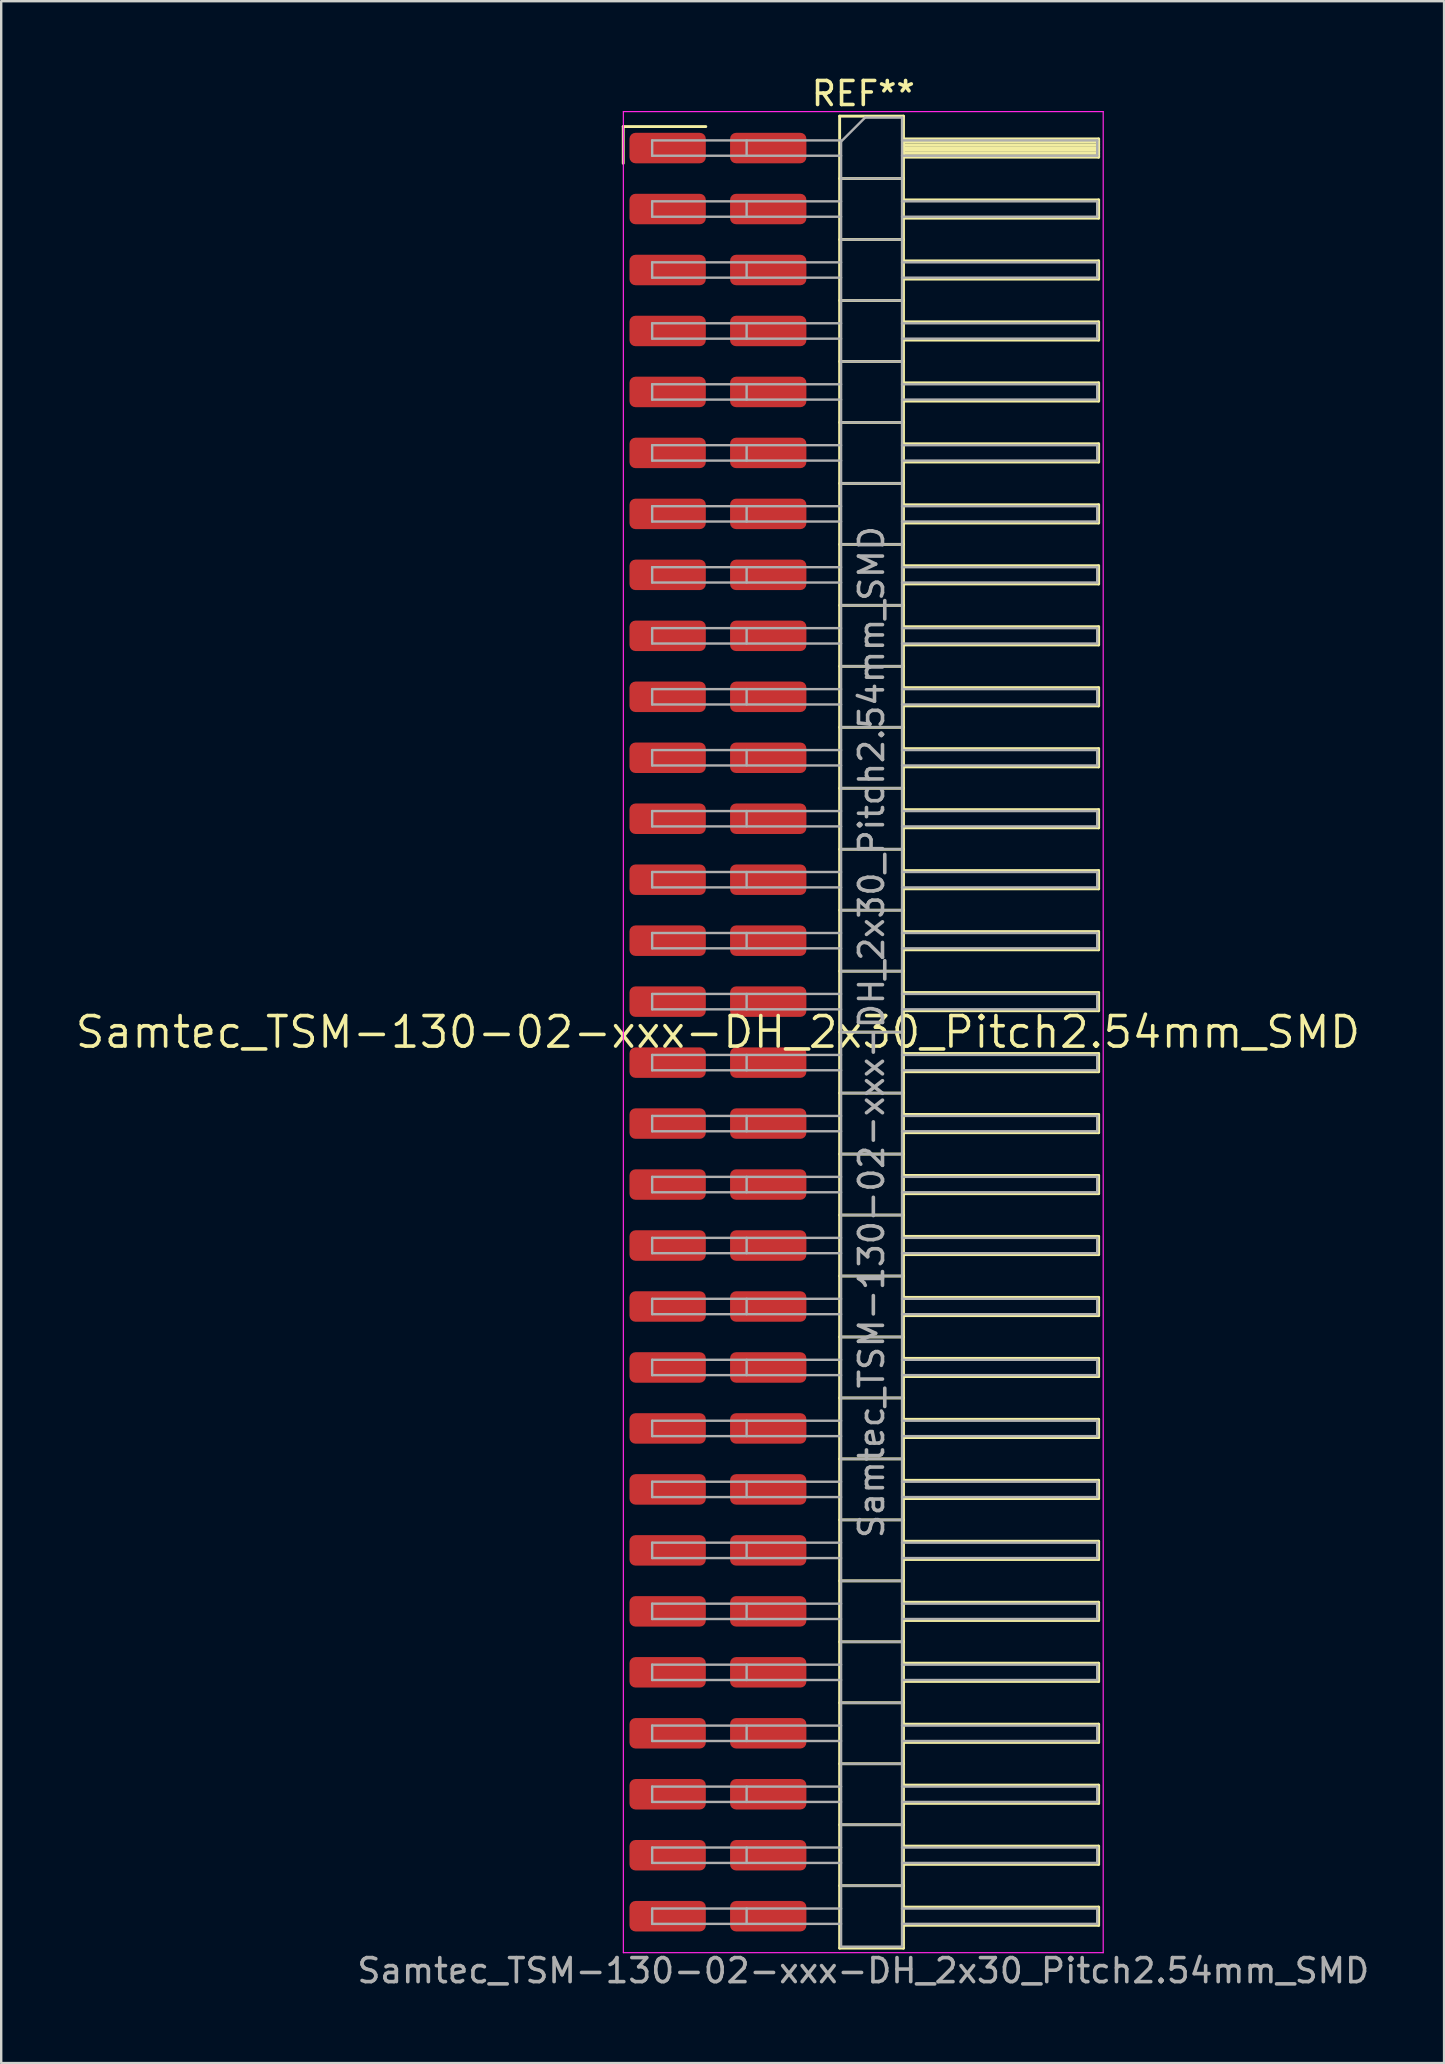
<source format=kicad_pcb>
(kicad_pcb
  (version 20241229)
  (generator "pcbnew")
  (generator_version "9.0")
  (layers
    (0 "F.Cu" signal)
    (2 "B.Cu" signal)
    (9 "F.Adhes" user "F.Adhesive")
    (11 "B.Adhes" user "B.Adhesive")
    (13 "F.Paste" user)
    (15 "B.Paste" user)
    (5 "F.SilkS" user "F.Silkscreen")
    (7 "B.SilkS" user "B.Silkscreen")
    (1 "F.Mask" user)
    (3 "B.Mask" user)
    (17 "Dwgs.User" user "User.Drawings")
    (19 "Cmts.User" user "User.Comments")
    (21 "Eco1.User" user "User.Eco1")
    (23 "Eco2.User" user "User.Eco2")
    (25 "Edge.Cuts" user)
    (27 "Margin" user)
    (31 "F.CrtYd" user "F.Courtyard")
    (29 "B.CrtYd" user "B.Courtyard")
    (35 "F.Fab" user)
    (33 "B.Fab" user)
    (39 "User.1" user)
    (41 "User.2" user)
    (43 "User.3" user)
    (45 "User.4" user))
  (footprint "Samtec_TSM-130-02-xxx-DH_2x30_Pitch2.54mm_SMD"
    (layer "F.Cu")
    (at 26.859 39.948)
    (property "Reference" "Samtec_TSM-130-02-xxx-DH_2x30_Pitch2.54mm_SMD" (at 0 0 0) (layer "F.SilkS") (effects (font (size 1.27 1.27) (thickness 0.15))))
    (attr smd)
    (fp_line (start -3.945 -37.725) (end -0.505 -37.725) (stroke (width 0.12) (type solid)) (layer "F.SilkS"))
    (fp_line (start -3.945 -36.195) (end -3.945 -37.725) (stroke (width 0.12) (type solid)) (layer "F.SilkS"))
    (fp_line (start 5.07 -38.16) (end 7.73 -38.16) (stroke (width 0.12) (type solid)) (layer "F.SilkS"))
    (fp_line (start 5.07 -35.56) (end 7.73 -35.56) (stroke (width 0.12) (type solid)) (layer "F.SilkS"))
    (fp_line (start 5.07 -33.02) (end 7.73 -33.02) (stroke (width 0.12) (type solid)) (layer "F.SilkS"))
    (fp_line (start 5.07 -30.48) (end 7.73 -30.48) (stroke (width 0.12) (type solid)) (layer "F.SilkS"))
    (fp_line (start 5.07 -27.94) (end 7.73 -27.94) (stroke (width 0.12) (type solid)) (layer "F.SilkS"))
    (fp_line (start 5.07 -25.4) (end 7.73 -25.4) (stroke (width 0.12) (type solid)) (layer "F.SilkS"))
    (fp_line (start 5.07 -22.86) (end 7.73 -22.86) (stroke (width 0.12) (type solid)) (layer "F.SilkS"))
    (fp_line (start 5.07 -20.32) (end 7.73 -20.32) (stroke (width 0.12) (type solid)) (layer "F.SilkS"))
    (fp_line (start 5.07 -17.78) (end 7.73 -17.78) (stroke (width 0.12) (type solid)) (layer "F.SilkS"))
    (fp_line (start 5.07 -15.24) (end 7.73 -15.24) (stroke (width 0.12) (type solid)) (layer "F.SilkS"))
    (fp_line (start 5.07 -12.7) (end 7.73 -12.7) (stroke (width 0.12) (type solid)) (layer "F.SilkS"))
    (fp_line (start 5.07 -10.16) (end 7.73 -10.16) (stroke (width 0.12) (type solid)) (layer "F.SilkS"))
    (fp_line (start 5.07 -7.62) (end 7.73 -7.62) (stroke (width 0.12) (type solid)) (layer "F.SilkS"))
    (fp_line (start 5.07 -5.08) (end 7.73 -5.08) (stroke (width 0.12) (type solid)) (layer "F.SilkS"))
    (fp_line (start 5.07 -2.54) (end 7.73 -2.54) (stroke (width 0.12) (type solid)) (layer "F.SilkS"))
    (fp_line (start 5.07 0) (end 7.73 0) (stroke (width 0.12) (type solid)) (layer "F.SilkS"))
    (fp_line (start 5.07 2.54) (end 7.73 2.54) (stroke (width 0.12) (type solid)) (layer "F.SilkS"))
    (fp_line (start 5.07 5.08) (end 7.73 5.08) (stroke (width 0.12) (type solid)) (layer "F.SilkS"))
    (fp_line (start 5.07 7.62) (end 7.73 7.62) (stroke (width 0.12) (type solid)) (layer "F.SilkS"))
    (fp_line (start 5.07 10.16) (end 7.73 10.16) (stroke (width 0.12) (type solid)) (layer "F.SilkS"))
    (fp_line (start 5.07 12.7) (end 7.73 12.7) (stroke (width 0.12) (type solid)) (layer "F.SilkS"))
    (fp_line (start 5.07 15.24) (end 7.73 15.24) (stroke (width 0.12) (type solid)) (layer "F.SilkS"))
    (fp_line (start 5.07 17.78) (end 7.73 17.78) (stroke (width 0.12) (type solid)) (layer "F.SilkS"))
    (fp_line (start 5.07 20.32) (end 7.73 20.32) (stroke (width 0.12) (type solid)) (layer "F.SilkS"))
    (fp_line (start 5.07 22.86) (end 7.73 22.86) (stroke (width 0.12) (type solid)) (layer "F.SilkS"))
    (fp_line (start 5.07 25.4) (end 7.73 25.4) (stroke (width 0.12) (type solid)) (layer "F.SilkS"))
    (fp_line (start 5.07 27.94) (end 7.73 27.94) (stroke (width 0.12) (type solid)) (layer "F.SilkS"))
    (fp_line (start 5.07 30.48) (end 7.73 30.48) (stroke (width 0.12) (type solid)) (layer "F.SilkS"))
    (fp_line (start 5.07 33.02) (end 7.73 33.02) (stroke (width 0.12) (type solid)) (layer "F.SilkS"))
    (fp_line (start 5.07 35.56) (end 7.73 35.56) (stroke (width 0.12) (type solid)) (layer "F.SilkS"))
    (fp_line (start 5.07 38.16) (end 5.07 -38.16) (stroke (width 0.12) (type solid)) (layer "F.SilkS"))
    (fp_line (start 7.73 -38.16) (end 7.73 38.16) (stroke (width 0.12) (type solid)) (layer "F.SilkS"))
    (fp_line (start 7.73 -37.21) (end 15.86 -37.21) (stroke (width 0.12) (type solid)) (layer "F.SilkS"))
    (fp_line (start 7.73 -37.09) (end 15.86 -37.09) (stroke (width 0.12) (type solid)) (layer "F.SilkS"))
    (fp_line (start 7.73 -36.97) (end 15.86 -36.97) (stroke (width 0.12) (type solid)) (layer "F.SilkS"))
    (fp_line (start 7.73 -36.85) (end 15.86 -36.85) (stroke (width 0.12) (type solid)) (layer "F.SilkS"))
    (fp_line (start 7.73 -36.73) (end 15.86 -36.73) (stroke (width 0.12) (type solid)) (layer "F.SilkS"))
    (fp_line (start 7.73 -36.61) (end 15.86 -36.61) (stroke (width 0.12) (type solid)) (layer "F.SilkS"))
    (fp_line (start 7.73 -36.49) (end 15.86 -36.49) (stroke (width 0.12) (type solid)) (layer "F.SilkS"))
    (fp_line (start 7.73 -36.45) (end 15.86 -36.45) (stroke (width 0.12) (type solid)) (layer "F.SilkS"))
    (fp_line (start 7.73 -34.67) (end 15.86 -34.67) (stroke (width 0.12) (type solid)) (layer "F.SilkS"))
    (fp_line (start 7.73 -33.91) (end 15.86 -33.91) (stroke (width 0.12) (type solid)) (layer "F.SilkS"))
    (fp_line (start 7.73 -32.13) (end 15.86 -32.13) (stroke (width 0.12) (type solid)) (layer "F.SilkS"))
    (fp_line (start 7.73 -31.37) (end 15.86 -31.37) (stroke (width 0.12) (type solid)) (layer "F.SilkS"))
    (fp_line (start 7.73 -29.59) (end 15.86 -29.59) (stroke (width 0.12) (type solid)) (layer "F.SilkS"))
    (fp_line (start 7.73 -28.83) (end 15.86 -28.83) (stroke (width 0.12) (type solid)) (layer "F.SilkS"))
    (fp_line (start 7.73 -27.05) (end 15.86 -27.05) (stroke (width 0.12) (type solid)) (layer "F.SilkS"))
    (fp_line (start 7.73 -26.29) (end 15.86 -26.29) (stroke (width 0.12) (type solid)) (layer "F.SilkS"))
    (fp_line (start 7.73 -24.51) (end 15.86 -24.51) (stroke (width 0.12) (type solid)) (layer "F.SilkS"))
    (fp_line (start 7.73 -23.75) (end 15.86 -23.75) (stroke (width 0.12) (type solid)) (layer "F.SilkS"))
    (fp_line (start 7.73 -21.97) (end 15.86 -21.97) (stroke (width 0.12) (type solid)) (layer "F.SilkS"))
    (fp_line (start 7.73 -21.21) (end 15.86 -21.21) (stroke (width 0.12) (type solid)) (layer "F.SilkS"))
    (fp_line (start 7.73 -19.43) (end 15.86 -19.43) (stroke (width 0.12) (type solid)) (layer "F.SilkS"))
    (fp_line (start 7.73 -18.67) (end 15.86 -18.67) (stroke (width 0.12) (type solid)) (layer "F.SilkS"))
    (fp_line (start 7.73 -16.89) (end 15.86 -16.89) (stroke (width 0.12) (type solid)) (layer "F.SilkS"))
    (fp_line (start 7.73 -16.13) (end 15.86 -16.13) (stroke (width 0.12) (type solid)) (layer "F.SilkS"))
    (fp_line (start 7.73 -14.35) (end 15.86 -14.35) (stroke (width 0.12) (type solid)) (layer "F.SilkS"))
    (fp_line (start 7.73 -13.59) (end 15.86 -13.59) (stroke (width 0.12) (type solid)) (layer "F.SilkS"))
    (fp_line (start 7.73 -11.81) (end 15.86 -11.81) (stroke (width 0.12) (type solid)) (layer "F.SilkS"))
    (fp_line (start 7.73 -11.05) (end 15.86 -11.05) (stroke (width 0.12) (type solid)) (layer "F.SilkS"))
    (fp_line (start 7.73 -9.27) (end 15.86 -9.27) (stroke (width 0.12) (type solid)) (layer "F.SilkS"))
    (fp_line (start 7.73 -8.51) (end 15.86 -8.51) (stroke (width 0.12) (type solid)) (layer "F.SilkS"))
    (fp_line (start 7.73 -6.73) (end 15.86 -6.73) (stroke (width 0.12) (type solid)) (layer "F.SilkS"))
    (fp_line (start 7.73 -5.97) (end 15.86 -5.97) (stroke (width 0.12) (type solid)) (layer "F.SilkS"))
    (fp_line (start 7.73 -4.19) (end 15.86 -4.19) (stroke (width 0.12) (type solid)) (layer "F.SilkS"))
    (fp_line (start 7.73 -3.43) (end 15.86 -3.43) (stroke (width 0.12) (type solid)) (layer "F.SilkS"))
    (fp_line (start 7.73 -1.65) (end 15.86 -1.65) (stroke (width 0.12) (type solid)) (layer "F.SilkS"))
    (fp_line (start 7.73 -0.89) (end 15.86 -0.89) (stroke (width 0.12) (type solid)) (layer "F.SilkS"))
    (fp_line (start 7.73 0.89) (end 15.86 0.89) (stroke (width 0.12) (type solid)) (layer "F.SilkS"))
    (fp_line (start 7.73 1.65) (end 15.86 1.65) (stroke (width 0.12) (type solid)) (layer "F.SilkS"))
    (fp_line (start 7.73 3.43) (end 15.86 3.43) (stroke (width 0.12) (type solid)) (layer "F.SilkS"))
    (fp_line (start 7.73 4.19) (end 15.86 4.19) (stroke (width 0.12) (type solid)) (layer "F.SilkS"))
    (fp_line (start 7.73 5.97) (end 15.86 5.97) (stroke (width 0.12) (type solid)) (layer "F.SilkS"))
    (fp_line (start 7.73 6.73) (end 15.86 6.73) (stroke (width 0.12) (type solid)) (layer "F.SilkS"))
    (fp_line (start 7.73 8.51) (end 15.86 8.51) (stroke (width 0.12) (type solid)) (layer "F.SilkS"))
    (fp_line (start 7.73 9.27) (end 15.86 9.27) (stroke (width 0.12) (type solid)) (layer "F.SilkS"))
    (fp_line (start 7.73 11.05) (end 15.86 11.05) (stroke (width 0.12) (type solid)) (layer "F.SilkS"))
    (fp_line (start 7.73 11.81) (end 15.86 11.81) (stroke (width 0.12) (type solid)) (layer "F.SilkS"))
    (fp_line (start 7.73 13.59) (end 15.86 13.59) (stroke (width 0.12) (type solid)) (layer "F.SilkS"))
    (fp_line (start 7.73 14.35) (end 15.86 14.35) (stroke (width 0.12) (type solid)) (layer "F.SilkS"))
    (fp_line (start 7.73 16.13) (end 15.86 16.13) (stroke (width 0.12) (type solid)) (layer "F.SilkS"))
    (fp_line (start 7.73 16.89) (end 15.86 16.89) (stroke (width 0.12) (type solid)) (layer "F.SilkS"))
    (fp_line (start 7.73 18.67) (end 15.86 18.67) (stroke (width 0.12) (type solid)) (layer "F.SilkS"))
    (fp_line (start 7.73 19.43) (end 15.86 19.43) (stroke (width 0.12) (type solid)) (layer "F.SilkS"))
    (fp_line (start 7.73 21.21) (end 15.86 21.21) (stroke (width 0.12) (type solid)) (layer "F.SilkS"))
    (fp_line (start 7.73 21.97) (end 15.86 21.97) (stroke (width 0.12) (type solid)) (layer "F.SilkS"))
    (fp_line (start 7.73 23.75) (end 15.86 23.75) (stroke (width 0.12) (type solid)) (layer "F.SilkS"))
    (fp_line (start 7.73 24.51) (end 15.86 24.51) (stroke (width 0.12) (type solid)) (layer "F.SilkS"))
    (fp_line (start 7.73 26.29) (end 15.86 26.29) (stroke (width 0.12) (type solid)) (layer "F.SilkS"))
    (fp_line (start 7.73 27.05) (end 15.86 27.05) (stroke (width 0.12) (type solid)) (layer "F.SilkS"))
    (fp_line (start 7.73 28.83) (end 15.86 28.83) (stroke (width 0.12) (type solid)) (layer "F.SilkS"))
    (fp_line (start 7.73 29.59) (end 15.86 29.59) (stroke (width 0.12) (type solid)) (layer "F.SilkS"))
    (fp_line (start 7.73 31.37) (end 15.86 31.37) (stroke (width 0.12) (type solid)) (layer "F.SilkS"))
    (fp_line (start 7.73 32.13) (end 15.86 32.13) (stroke (width 0.12) (type solid)) (layer "F.SilkS"))
    (fp_line (start 7.73 33.91) (end 15.86 33.91) (stroke (width 0.12) (type solid)) (layer "F.SilkS"))
    (fp_line (start 7.73 34.67) (end 15.86 34.67) (stroke (width 0.12) (type solid)) (layer "F.SilkS"))
    (fp_line (start 7.73 36.45) (end 15.86 36.45) (stroke (width 0.12) (type solid)) (layer "F.SilkS"))
    (fp_line (start 7.73 37.21) (end 15.86 37.21) (stroke (width 0.12) (type solid)) (layer "F.SilkS"))
    (fp_line (start 7.73 38.16) (end 5.07 38.16) (stroke (width 0.12) (type solid)) (layer "F.SilkS"))
    (fp_line (start 15.86 -37.21) (end 15.86 -36.45) (stroke (width 0.12) (type solid)) (layer "F.SilkS"))
    (fp_line (start 15.86 -34.67) (end 15.86 -33.91) (stroke (width 0.12) (type solid)) (layer "F.SilkS"))
    (fp_line (start 15.86 -32.13) (end 15.86 -31.37) (stroke (width 0.12) (type solid)) (layer "F.SilkS"))
    (fp_line (start 15.86 -29.59) (end 15.86 -28.83) (stroke (width 0.12) (type solid)) (layer "F.SilkS"))
    (fp_line (start 15.86 -27.05) (end 15.86 -26.29) (stroke (width 0.12) (type solid)) (layer "F.SilkS"))
    (fp_line (start 15.86 -24.51) (end 15.86 -23.75) (stroke (width 0.12) (type solid)) (layer "F.SilkS"))
    (fp_line (start 15.86 -21.97) (end 15.86 -21.21) (stroke (width 0.12) (type solid)) (layer "F.SilkS"))
    (fp_line (start 15.86 -19.43) (end 15.86 -18.67) (stroke (width 0.12) (type solid)) (layer "F.SilkS"))
    (fp_line (start 15.86 -16.89) (end 15.86 -16.13) (stroke (width 0.12) (type solid)) (layer "F.SilkS"))
    (fp_line (start 15.86 -14.35) (end 15.86 -13.59) (stroke (width 0.12) (type solid)) (layer "F.SilkS"))
    (fp_line (start 15.86 -11.81) (end 15.86 -11.05) (stroke (width 0.12) (type solid)) (layer "F.SilkS"))
    (fp_line (start 15.86 -9.27) (end 15.86 -8.51) (stroke (width 0.12) (type solid)) (layer "F.SilkS"))
    (fp_line (start 15.86 -6.73) (end 15.86 -5.97) (stroke (width 0.12) (type solid)) (layer "F.SilkS"))
    (fp_line (start 15.86 -4.19) (end 15.86 -3.43) (stroke (width 0.12) (type solid)) (layer "F.SilkS"))
    (fp_line (start 15.86 -1.65) (end 15.86 -0.89) (stroke (width 0.12) (type solid)) (layer "F.SilkS"))
    (fp_line (start 15.86 0.89) (end 15.86 1.65) (stroke (width 0.12) (type solid)) (layer "F.SilkS"))
    (fp_line (start 15.86 3.43) (end 15.86 4.19) (stroke (width 0.12) (type solid)) (layer "F.SilkS"))
    (fp_line (start 15.86 5.97) (end 15.86 6.73) (stroke (width 0.12) (type solid)) (layer "F.SilkS"))
    (fp_line (start 15.86 8.51) (end 15.86 9.27) (stroke (width 0.12) (type solid)) (layer "F.SilkS"))
    (fp_line (start 15.86 11.05) (end 15.86 11.81) (stroke (width 0.12) (type solid)) (layer "F.SilkS"))
    (fp_line (start 15.86 13.59) (end 15.86 14.35) (stroke (width 0.12) (type solid)) (layer "F.SilkS"))
    (fp_line (start 15.86 16.13) (end 15.86 16.89) (stroke (width 0.12) (type solid)) (layer "F.SilkS"))
    (fp_line (start 15.86 18.67) (end 15.86 19.43) (stroke (width 0.12) (type solid)) (layer "F.SilkS"))
    (fp_line (start 15.86 21.21) (end 15.86 21.97) (stroke (width 0.12) (type solid)) (layer "F.SilkS"))
    (fp_line (start 15.86 23.75) (end 15.86 24.51) (stroke (width 0.12) (type solid)) (layer "F.SilkS"))
    (fp_line (start 15.86 26.29) (end 15.86 27.05) (stroke (width 0.12) (type solid)) (layer "F.SilkS"))
    (fp_line (start 15.86 28.83) (end 15.86 29.59) (stroke (width 0.12) (type solid)) (layer "F.SilkS"))
    (fp_line (start 15.86 31.37) (end 15.86 32.13) (stroke (width 0.12) (type solid)) (layer "F.SilkS"))
    (fp_line (start 15.86 33.91) (end 15.86 34.67) (stroke (width 0.12) (type solid)) (layer "F.SilkS"))
    (fp_line (start 15.86 36.45) (end 15.86 37.21) (stroke (width 0.12) (type solid)) (layer "F.SilkS"))
    (fp_line (start -3.94 -38.35) (end 16.05 -38.35) (stroke (width 0.05) (type solid)) (layer "F.CrtYd"))
    (fp_line (start -3.94 38.35) (end -3.94 -38.35) (stroke (width 0.05) (type solid)) (layer "F.CrtYd"))
    (fp_line (start 16.05 -38.35) (end 16.05 38.35) (stroke (width 0.05) (type solid)) (layer "F.CrtYd"))
    (fp_line (start 16.05 38.35) (end -3.94 38.35) (stroke (width 0.05) (type solid)) (layer "F.CrtYd"))
    (fp_line (start -2.74 -37.15) (end -2.74 -36.51) (stroke (width 0.1) (type solid)) (layer "F.Fab"))
    (fp_line (start -2.74 -37.15) (end 5.13 -37.15) (stroke (width 0.1) (type solid)) (layer "F.Fab"))
    (fp_line (start -2.74 -36.51) (end 5.13 -36.51) (stroke (width 0.1) (type solid)) (layer "F.Fab"))
    (fp_line (start -2.74 -34.61) (end -2.74 -33.97) (stroke (width 0.1) (type solid)) (layer "F.Fab"))
    (fp_line (start -2.74 -34.61) (end 5.13 -34.61) (stroke (width 0.1) (type solid)) (layer "F.Fab"))
    (fp_line (start -2.74 -33.97) (end 5.13 -33.97) (stroke (width 0.1) (type solid)) (layer "F.Fab"))
    (fp_line (start -2.74 -32.07) (end -2.74 -31.43) (stroke (width 0.1) (type solid)) (layer "F.Fab"))
    (fp_line (start -2.74 -32.07) (end 5.13 -32.07) (stroke (width 0.1) (type solid)) (layer "F.Fab"))
    (fp_line (start -2.74 -31.43) (end 5.13 -31.43) (stroke (width 0.1) (type solid)) (layer "F.Fab"))
    (fp_line (start -2.74 -29.53) (end -2.74 -28.89) (stroke (width 0.1) (type solid)) (layer "F.Fab"))
    (fp_line (start -2.74 -29.53) (end 5.13 -29.53) (stroke (width 0.1) (type solid)) (layer "F.Fab"))
    (fp_line (start -2.74 -28.89) (end 5.13 -28.89) (stroke (width 0.1) (type solid)) (layer "F.Fab"))
    (fp_line (start -2.74 -26.99) (end -2.74 -26.35) (stroke (width 0.1) (type solid)) (layer "F.Fab"))
    (fp_line (start -2.74 -26.99) (end 5.13 -26.99) (stroke (width 0.1) (type solid)) (layer "F.Fab"))
    (fp_line (start -2.74 -26.35) (end 5.13 -26.35) (stroke (width 0.1) (type solid)) (layer "F.Fab"))
    (fp_line (start -2.74 -24.45) (end -2.74 -23.81) (stroke (width 0.1) (type solid)) (layer "F.Fab"))
    (fp_line (start -2.74 -24.45) (end 5.13 -24.45) (stroke (width 0.1) (type solid)) (layer "F.Fab"))
    (fp_line (start -2.74 -23.81) (end 5.13 -23.81) (stroke (width 0.1) (type solid)) (layer "F.Fab"))
    (fp_line (start -2.74 -21.91) (end -2.74 -21.27) (stroke (width 0.1) (type solid)) (layer "F.Fab"))
    (fp_line (start -2.74 -21.91) (end 5.13 -21.91) (stroke (width 0.1) (type solid)) (layer "F.Fab"))
    (fp_line (start -2.74 -21.27) (end 5.13 -21.27) (stroke (width 0.1) (type solid)) (layer "F.Fab"))
    (fp_line (start -2.74 -19.37) (end -2.74 -18.73) (stroke (width 0.1) (type solid)) (layer "F.Fab"))
    (fp_line (start -2.74 -19.37) (end 5.13 -19.37) (stroke (width 0.1) (type solid)) (layer "F.Fab"))
    (fp_line (start -2.74 -18.73) (end 5.13 -18.73) (stroke (width 0.1) (type solid)) (layer "F.Fab"))
    (fp_line (start -2.74 -16.83) (end -2.74 -16.19) (stroke (width 0.1) (type solid)) (layer "F.Fab"))
    (fp_line (start -2.74 -16.83) (end 5.13 -16.83) (stroke (width 0.1) (type solid)) (layer "F.Fab"))
    (fp_line (start -2.74 -16.19) (end 5.13 -16.19) (stroke (width 0.1) (type solid)) (layer "F.Fab"))
    (fp_line (start -2.74 -14.29) (end -2.74 -13.65) (stroke (width 0.1) (type solid)) (layer "F.Fab"))
    (fp_line (start -2.74 -14.29) (end 5.13 -14.29) (stroke (width 0.1) (type solid)) (layer "F.Fab"))
    (fp_line (start -2.74 -13.65) (end 5.13 -13.65) (stroke (width 0.1) (type solid)) (layer "F.Fab"))
    (fp_line (start -2.74 -11.75) (end -2.74 -11.11) (stroke (width 0.1) (type solid)) (layer "F.Fab"))
    (fp_line (start -2.74 -11.75) (end 5.13 -11.75) (stroke (width 0.1) (type solid)) (layer "F.Fab"))
    (fp_line (start -2.74 -11.11) (end 5.13 -11.11) (stroke (width 0.1) (type solid)) (layer "F.Fab"))
    (fp_line (start -2.74 -9.21) (end -2.74 -8.57) (stroke (width 0.1) (type solid)) (layer "F.Fab"))
    (fp_line (start -2.74 -9.21) (end 5.13 -9.21) (stroke (width 0.1) (type solid)) (layer "F.Fab"))
    (fp_line (start -2.74 -8.57) (end 5.13 -8.57) (stroke (width 0.1) (type solid)) (layer "F.Fab"))
    (fp_line (start -2.74 -6.67) (end -2.74 -6.03) (stroke (width 0.1) (type solid)) (layer "F.Fab"))
    (fp_line (start -2.74 -6.67) (end 5.13 -6.67) (stroke (width 0.1) (type solid)) (layer "F.Fab"))
    (fp_line (start -2.74 -6.03) (end 5.13 -6.03) (stroke (width 0.1) (type solid)) (layer "F.Fab"))
    (fp_line (start -2.74 -4.13) (end -2.74 -3.49) (stroke (width 0.1) (type solid)) (layer "F.Fab"))
    (fp_line (start -2.74 -4.13) (end 5.13 -4.13) (stroke (width 0.1) (type solid)) (layer "F.Fab"))
    (fp_line (start -2.74 -3.49) (end 5.13 -3.49) (stroke (width 0.1) (type solid)) (layer "F.Fab"))
    (fp_line (start -2.74 -1.59) (end -2.74 -0.95) (stroke (width 0.1) (type solid)) (layer "F.Fab"))
    (fp_line (start -2.74 -1.59) (end 5.13 -1.59) (stroke (width 0.1) (type solid)) (layer "F.Fab"))
    (fp_line (start -2.74 -0.95) (end 5.13 -0.95) (stroke (width 0.1) (type solid)) (layer "F.Fab"))
    (fp_line (start -2.74 0.95) (end -2.74 1.59) (stroke (width 0.1) (type solid)) (layer "F.Fab"))
    (fp_line (start -2.74 0.95) (end 5.13 0.95) (stroke (width 0.1) (type solid)) (layer "F.Fab"))
    (fp_line (start -2.74 1.59) (end 5.13 1.59) (stroke (width 0.1) (type solid)) (layer "F.Fab"))
    (fp_line (start -2.74 3.49) (end -2.74 4.13) (stroke (width 0.1) (type solid)) (layer "F.Fab"))
    (fp_line (start -2.74 3.49) (end 5.13 3.49) (stroke (width 0.1) (type solid)) (layer "F.Fab"))
    (fp_line (start -2.74 4.13) (end 5.13 4.13) (stroke (width 0.1) (type solid)) (layer "F.Fab"))
    (fp_line (start -2.74 6.03) (end -2.74 6.67) (stroke (width 0.1) (type solid)) (layer "F.Fab"))
    (fp_line (start -2.74 6.03) (end 5.13 6.03) (stroke (width 0.1) (type solid)) (layer "F.Fab"))
    (fp_line (start -2.74 6.67) (end 5.13 6.67) (stroke (width 0.1) (type solid)) (layer "F.Fab"))
    (fp_line (start -2.74 8.57) (end -2.74 9.21) (stroke (width 0.1) (type solid)) (layer "F.Fab"))
    (fp_line (start -2.74 8.57) (end 5.13 8.57) (stroke (width 0.1) (type solid)) (layer "F.Fab"))
    (fp_line (start -2.74 9.21) (end 5.13 9.21) (stroke (width 0.1) (type solid)) (layer "F.Fab"))
    (fp_line (start -2.74 11.11) (end -2.74 11.75) (stroke (width 0.1) (type solid)) (layer "F.Fab"))
    (fp_line (start -2.74 11.11) (end 5.13 11.11) (stroke (width 0.1) (type solid)) (layer "F.Fab"))
    (fp_line (start -2.74 11.75) (end 5.13 11.75) (stroke (width 0.1) (type solid)) (layer "F.Fab"))
    (fp_line (start -2.74 13.65) (end -2.74 14.29) (stroke (width 0.1) (type solid)) (layer "F.Fab"))
    (fp_line (start -2.74 13.65) (end 5.13 13.65) (stroke (width 0.1) (type solid)) (layer "F.Fab"))
    (fp_line (start -2.74 14.29) (end 5.13 14.29) (stroke (width 0.1) (type solid)) (layer "F.Fab"))
    (fp_line (start -2.74 16.19) (end -2.74 16.83) (stroke (width 0.1) (type solid)) (layer "F.Fab"))
    (fp_line (start -2.74 16.19) (end 5.13 16.19) (stroke (width 0.1) (type solid)) (layer "F.Fab"))
    (fp_line (start -2.74 16.83) (end 5.13 16.83) (stroke (width 0.1) (type solid)) (layer "F.Fab"))
    (fp_line (start -2.74 18.73) (end -2.74 19.37) (stroke (width 0.1) (type solid)) (layer "F.Fab"))
    (fp_line (start -2.74 18.73) (end 5.13 18.73) (stroke (width 0.1) (type solid)) (layer "F.Fab"))
    (fp_line (start -2.74 19.37) (end 5.13 19.37) (stroke (width 0.1) (type solid)) (layer "F.Fab"))
    (fp_line (start -2.74 21.27) (end -2.74 21.91) (stroke (width 0.1) (type solid)) (layer "F.Fab"))
    (fp_line (start -2.74 21.27) (end 5.13 21.27) (stroke (width 0.1) (type solid)) (layer "F.Fab"))
    (fp_line (start -2.74 21.91) (end 5.13 21.91) (stroke (width 0.1) (type solid)) (layer "F.Fab"))
    (fp_line (start -2.74 23.81) (end -2.74 24.45) (stroke (width 0.1) (type solid)) (layer "F.Fab"))
    (fp_line (start -2.74 23.81) (end 5.13 23.81) (stroke (width 0.1) (type solid)) (layer "F.Fab"))
    (fp_line (start -2.74 24.45) (end 5.13 24.45) (stroke (width 0.1) (type solid)) (layer "F.Fab"))
    (fp_line (start -2.74 26.35) (end -2.74 26.99) (stroke (width 0.1) (type solid)) (layer "F.Fab"))
    (fp_line (start -2.74 26.35) (end 5.13 26.35) (stroke (width 0.1) (type solid)) (layer "F.Fab"))
    (fp_line (start -2.74 26.99) (end 5.13 26.99) (stroke (width 0.1) (type solid)) (layer "F.Fab"))
    (fp_line (start -2.74 28.89) (end -2.74 29.53) (stroke (width 0.1) (type solid)) (layer "F.Fab"))
    (fp_line (start -2.74 28.89) (end 5.13 28.89) (stroke (width 0.1) (type solid)) (layer "F.Fab"))
    (fp_line (start -2.74 29.53) (end 5.13 29.53) (stroke (width 0.1) (type solid)) (layer "F.Fab"))
    (fp_line (start -2.74 31.43) (end -2.74 32.07) (stroke (width 0.1) (type solid)) (layer "F.Fab"))
    (fp_line (start -2.74 31.43) (end 5.13 31.43) (stroke (width 0.1) (type solid)) (layer "F.Fab"))
    (fp_line (start -2.74 32.07) (end 5.13 32.07) (stroke (width 0.1) (type solid)) (layer "F.Fab"))
    (fp_line (start -2.74 33.97) (end -2.74 34.61) (stroke (width 0.1) (type solid)) (layer "F.Fab"))
    (fp_line (start -2.74 33.97) (end 5.13 33.97) (stroke (width 0.1) (type solid)) (layer "F.Fab"))
    (fp_line (start -2.74 34.61) (end 5.13 34.61) (stroke (width 0.1) (type solid)) (layer "F.Fab"))
    (fp_line (start -2.74 36.51) (end -2.74 37.15) (stroke (width 0.1) (type solid)) (layer "F.Fab"))
    (fp_line (start -2.74 36.51) (end 5.13 36.51) (stroke (width 0.1) (type solid)) (layer "F.Fab"))
    (fp_line (start -2.74 37.15) (end 5.13 37.15) (stroke (width 0.1) (type solid)) (layer "F.Fab"))
    (fp_line (start 1.195 -37.15) (end 1.195 -36.51) (stroke (width 0.1) (type solid)) (layer "F.Fab"))
    (fp_line (start 1.195 -34.61) (end 1.195 -33.97) (stroke (width 0.1) (type solid)) (layer "F.Fab"))
    (fp_line (start 1.195 -32.07) (end 1.195 -31.43) (stroke (width 0.1) (type solid)) (layer "F.Fab"))
    (fp_line (start 1.195 -29.53) (end 1.195 -28.89) (stroke (width 0.1) (type solid)) (layer "F.Fab"))
    (fp_line (start 1.195 -26.99) (end 1.195 -26.35) (stroke (width 0.1) (type solid)) (layer "F.Fab"))
    (fp_line (start 1.195 -24.45) (end 1.195 -23.81) (stroke (width 0.1) (type solid)) (layer "F.Fab"))
    (fp_line (start 1.195 -21.91) (end 1.195 -21.27) (stroke (width 0.1) (type solid)) (layer "F.Fab"))
    (fp_line (start 1.195 -19.37) (end 1.195 -18.73) (stroke (width 0.1) (type solid)) (layer "F.Fab"))
    (fp_line (start 1.195 -16.83) (end 1.195 -16.19) (stroke (width 0.1) (type solid)) (layer "F.Fab"))
    (fp_line (start 1.195 -14.29) (end 1.195 -13.65) (stroke (width 0.1) (type solid)) (layer "F.Fab"))
    (fp_line (start 1.195 -11.75) (end 1.195 -11.11) (stroke (width 0.1) (type solid)) (layer "F.Fab"))
    (fp_line (start 1.195 -9.21) (end 1.195 -8.57) (stroke (width 0.1) (type solid)) (layer "F.Fab"))
    (fp_line (start 1.195 -6.67) (end 1.195 -6.03) (stroke (width 0.1) (type solid)) (layer "F.Fab"))
    (fp_line (start 1.195 -4.13) (end 1.195 -3.49) (stroke (width 0.1) (type solid)) (layer "F.Fab"))
    (fp_line (start 1.195 -1.59) (end 1.195 -0.95) (stroke (width 0.1) (type solid)) (layer "F.Fab"))
    (fp_line (start 1.195 0.95) (end 1.195 1.59) (stroke (width 0.1) (type solid)) (layer "F.Fab"))
    (fp_line (start 1.195 3.49) (end 1.195 4.13) (stroke (width 0.1) (type solid)) (layer "F.Fab"))
    (fp_line (start 1.195 6.03) (end 1.195 6.67) (stroke (width 0.1) (type solid)) (layer "F.Fab"))
    (fp_line (start 1.195 8.57) (end 1.195 9.21) (stroke (width 0.1) (type solid)) (layer "F.Fab"))
    (fp_line (start 1.195 11.11) (end 1.195 11.75) (stroke (width 0.1) (type solid)) (layer "F.Fab"))
    (fp_line (start 1.195 13.65) (end 1.195 14.29) (stroke (width 0.1) (type solid)) (layer "F.Fab"))
    (fp_line (start 1.195 16.19) (end 1.195 16.83) (stroke (width 0.1) (type solid)) (layer "F.Fab"))
    (fp_line (start 1.195 18.73) (end 1.195 19.37) (stroke (width 0.1) (type solid)) (layer "F.Fab"))
    (fp_line (start 1.195 21.27) (end 1.195 21.91) (stroke (width 0.1) (type solid)) (layer "F.Fab"))
    (fp_line (start 1.195 23.81) (end 1.195 24.45) (stroke (width 0.1) (type solid)) (layer "F.Fab"))
    (fp_line (start 1.195 26.35) (end 1.195 26.99) (stroke (width 0.1) (type solid)) (layer "F.Fab"))
    (fp_line (start 1.195 28.89) (end 1.195 29.53) (stroke (width 0.1) (type solid)) (layer "F.Fab"))
    (fp_line (start 1.195 31.43) (end 1.195 32.07) (stroke (width 0.1) (type solid)) (layer "F.Fab"))
    (fp_line (start 1.195 33.97) (end 1.195 34.61) (stroke (width 0.1) (type solid)) (layer "F.Fab"))
    (fp_line (start 1.195 36.51) (end 1.195 37.15) (stroke (width 0.1) (type solid)) (layer "F.Fab"))
    (fp_line (start 5.13 -37.1) (end 6.13 -38.1) (stroke (width 0.1) (type solid)) (layer "F.Fab"))
    (fp_line (start 5.13 -35.56) (end 7.67 -35.56) (stroke (width 0.1) (type solid)) (layer "F.Fab"))
    (fp_line (start 5.13 -33.02) (end 7.67 -33.02) (stroke (width 0.1) (type solid)) (layer "F.Fab"))
    (fp_line (start 5.13 -30.48) (end 7.67 -30.48) (stroke (width 0.1) (type solid)) (layer "F.Fab"))
    (fp_line (start 5.13 -27.94) (end 7.67 -27.94) (stroke (width 0.1) (type solid)) (layer "F.Fab"))
    (fp_line (start 5.13 -25.4) (end 7.67 -25.4) (stroke (width 0.1) (type solid)) (layer "F.Fab"))
    (fp_line (start 5.13 -22.86) (end 7.67 -22.86) (stroke (width 0.1) (type solid)) (layer "F.Fab"))
    (fp_line (start 5.13 -20.32) (end 7.67 -20.32) (stroke (width 0.1) (type solid)) (layer "F.Fab"))
    (fp_line (start 5.13 -17.78) (end 7.67 -17.78) (stroke (width 0.1) (type solid)) (layer "F.Fab"))
    (fp_line (start 5.13 -15.24) (end 7.67 -15.24) (stroke (width 0.1) (type solid)) (layer "F.Fab"))
    (fp_line (start 5.13 -12.7) (end 7.67 -12.7) (stroke (width 0.1) (type solid)) (layer "F.Fab"))
    (fp_line (start 5.13 -10.16) (end 7.67 -10.16) (stroke (width 0.1) (type solid)) (layer "F.Fab"))
    (fp_line (start 5.13 -7.62) (end 7.67 -7.62) (stroke (width 0.1) (type solid)) (layer "F.Fab"))
    (fp_line (start 5.13 -5.08) (end 7.67 -5.08) (stroke (width 0.1) (type solid)) (layer "F.Fab"))
    (fp_line (start 5.13 -2.54) (end 7.67 -2.54) (stroke (width 0.1) (type solid)) (layer "F.Fab"))
    (fp_line (start 5.13 0) (end 7.67 0) (stroke (width 0.1) (type solid)) (layer "F.Fab"))
    (fp_line (start 5.13 2.54) (end 7.67 2.54) (stroke (width 0.1) (type solid)) (layer "F.Fab"))
    (fp_line (start 5.13 5.08) (end 7.67 5.08) (stroke (width 0.1) (type solid)) (layer "F.Fab"))
    (fp_line (start 5.13 7.62) (end 7.67 7.62) (stroke (width 0.1) (type solid)) (layer "F.Fab"))
    (fp_line (start 5.13 10.16) (end 7.67 10.16) (stroke (width 0.1) (type solid)) (layer "F.Fab"))
    (fp_line (start 5.13 12.7) (end 7.67 12.7) (stroke (width 0.1) (type solid)) (layer "F.Fab"))
    (fp_line (start 5.13 15.24) (end 7.67 15.24) (stroke (width 0.1) (type solid)) (layer "F.Fab"))
    (fp_line (start 5.13 17.78) (end 7.67 17.78) (stroke (width 0.1) (type solid)) (layer "F.Fab"))
    (fp_line (start 5.13 20.32) (end 7.67 20.32) (stroke (width 0.1) (type solid)) (layer "F.Fab"))
    (fp_line (start 5.13 22.86) (end 7.67 22.86) (stroke (width 0.1) (type solid)) (layer "F.Fab"))
    (fp_line (start 5.13 25.4) (end 7.67 25.4) (stroke (width 0.1) (type solid)) (layer "F.Fab"))
    (fp_line (start 5.13 27.94) (end 7.67 27.94) (stroke (width 0.1) (type solid)) (layer "F.Fab"))
    (fp_line (start 5.13 30.48) (end 7.67 30.48) (stroke (width 0.1) (type solid)) (layer "F.Fab"))
    (fp_line (start 5.13 33.02) (end 7.67 33.02) (stroke (width 0.1) (type solid)) (layer "F.Fab"))
    (fp_line (start 5.13 35.56) (end 7.67 35.56) (stroke (width 0.1) (type solid)) (layer "F.Fab"))
    (fp_line (start 5.13 38.1) (end 5.13 -37.1) (stroke (width 0.1) (type solid)) (layer "F.Fab"))
    (fp_line (start 6.13 -38.1) (end 7.67 -38.1) (stroke (width 0.1) (type solid)) (layer "F.Fab"))
    (fp_line (start 7.67 -38.1) (end 7.67 38.1) (stroke (width 0.1) (type solid)) (layer "F.Fab"))
    (fp_line (start 7.67 -37.15) (end 15.8 -37.15) (stroke (width 0.1) (type solid)) (layer "F.Fab"))
    (fp_line (start 7.67 -36.51) (end 15.8 -36.51) (stroke (width 0.1) (type solid)) (layer "F.Fab"))
    (fp_line (start 7.67 -34.61) (end 15.8 -34.61) (stroke (width 0.1) (type solid)) (layer "F.Fab"))
    (fp_line (start 7.67 -33.97) (end 15.8 -33.97) (stroke (width 0.1) (type solid)) (layer "F.Fab"))
    (fp_line (start 7.67 -32.07) (end 15.8 -32.07) (stroke (width 0.1) (type solid)) (layer "F.Fab"))
    (fp_line (start 7.67 -31.43) (end 15.8 -31.43) (stroke (width 0.1) (type solid)) (layer "F.Fab"))
    (fp_line (start 7.67 -29.53) (end 15.8 -29.53) (stroke (width 0.1) (type solid)) (layer "F.Fab"))
    (fp_line (start 7.67 -28.89) (end 15.8 -28.89) (stroke (width 0.1) (type solid)) (layer "F.Fab"))
    (fp_line (start 7.67 -26.99) (end 15.8 -26.99) (stroke (width 0.1) (type solid)) (layer "F.Fab"))
    (fp_line (start 7.67 -26.35) (end 15.8 -26.35) (stroke (width 0.1) (type solid)) (layer "F.Fab"))
    (fp_line (start 7.67 -24.45) (end 15.8 -24.45) (stroke (width 0.1) (type solid)) (layer "F.Fab"))
    (fp_line (start 7.67 -23.81) (end 15.8 -23.81) (stroke (width 0.1) (type solid)) (layer "F.Fab"))
    (fp_line (start 7.67 -21.91) (end 15.8 -21.91) (stroke (width 0.1) (type solid)) (layer "F.Fab"))
    (fp_line (start 7.67 -21.27) (end 15.8 -21.27) (stroke (width 0.1) (type solid)) (layer "F.Fab"))
    (fp_line (start 7.67 -19.37) (end 15.8 -19.37) (stroke (width 0.1) (type solid)) (layer "F.Fab"))
    (fp_line (start 7.67 -18.73) (end 15.8 -18.73) (stroke (width 0.1) (type solid)) (layer "F.Fab"))
    (fp_line (start 7.67 -16.83) (end 15.8 -16.83) (stroke (width 0.1) (type solid)) (layer "F.Fab"))
    (fp_line (start 7.67 -16.19) (end 15.8 -16.19) (stroke (width 0.1) (type solid)) (layer "F.Fab"))
    (fp_line (start 7.67 -14.29) (end 15.8 -14.29) (stroke (width 0.1) (type solid)) (layer "F.Fab"))
    (fp_line (start 7.67 -13.65) (end 15.8 -13.65) (stroke (width 0.1) (type solid)) (layer "F.Fab"))
    (fp_line (start 7.67 -11.75) (end 15.8 -11.75) (stroke (width 0.1) (type solid)) (layer "F.Fab"))
    (fp_line (start 7.67 -11.11) (end 15.8 -11.11) (stroke (width 0.1) (type solid)) (layer "F.Fab"))
    (fp_line (start 7.67 -9.21) (end 15.8 -9.21) (stroke (width 0.1) (type solid)) (layer "F.Fab"))
    (fp_line (start 7.67 -8.57) (end 15.8 -8.57) (stroke (width 0.1) (type solid)) (layer "F.Fab"))
    (fp_line (start 7.67 -6.67) (end 15.8 -6.67) (stroke (width 0.1) (type solid)) (layer "F.Fab"))
    (fp_line (start 7.67 -6.03) (end 15.8 -6.03) (stroke (width 0.1) (type solid)) (layer "F.Fab"))
    (fp_line (start 7.67 -4.13) (end 15.8 -4.13) (stroke (width 0.1) (type solid)) (layer "F.Fab"))
    (fp_line (start 7.67 -3.49) (end 15.8 -3.49) (stroke (width 0.1) (type solid)) (layer "F.Fab"))
    (fp_line (start 7.67 -1.59) (end 15.8 -1.59) (stroke (width 0.1) (type solid)) (layer "F.Fab"))
    (fp_line (start 7.67 -0.95) (end 15.8 -0.95) (stroke (width 0.1) (type solid)) (layer "F.Fab"))
    (fp_line (start 7.67 0.95) (end 15.8 0.95) (stroke (width 0.1) (type solid)) (layer "F.Fab"))
    (fp_line (start 7.67 1.59) (end 15.8 1.59) (stroke (width 0.1) (type solid)) (layer "F.Fab"))
    (fp_line (start 7.67 3.49) (end 15.8 3.49) (stroke (width 0.1) (type solid)) (layer "F.Fab"))
    (fp_line (start 7.67 4.13) (end 15.8 4.13) (stroke (width 0.1) (type solid)) (layer "F.Fab"))
    (fp_line (start 7.67 6.03) (end 15.8 6.03) (stroke (width 0.1) (type solid)) (layer "F.Fab"))
    (fp_line (start 7.67 6.67) (end 15.8 6.67) (stroke (width 0.1) (type solid)) (layer "F.Fab"))
    (fp_line (start 7.67 8.57) (end 15.8 8.57) (stroke (width 0.1) (type solid)) (layer "F.Fab"))
    (fp_line (start 7.67 9.21) (end 15.8 9.21) (stroke (width 0.1) (type solid)) (layer "F.Fab"))
    (fp_line (start 7.67 11.11) (end 15.8 11.11) (stroke (width 0.1) (type solid)) (layer "F.Fab"))
    (fp_line (start 7.67 11.75) (end 15.8 11.75) (stroke (width 0.1) (type solid)) (layer "F.Fab"))
    (fp_line (start 7.67 13.65) (end 15.8 13.65) (stroke (width 0.1) (type solid)) (layer "F.Fab"))
    (fp_line (start 7.67 14.29) (end 15.8 14.29) (stroke (width 0.1) (type solid)) (layer "F.Fab"))
    (fp_line (start 7.67 16.19) (end 15.8 16.19) (stroke (width 0.1) (type solid)) (layer "F.Fab"))
    (fp_line (start 7.67 16.83) (end 15.8 16.83) (stroke (width 0.1) (type solid)) (layer "F.Fab"))
    (fp_line (start 7.67 18.73) (end 15.8 18.73) (stroke (width 0.1) (type solid)) (layer "F.Fab"))
    (fp_line (start 7.67 19.37) (end 15.8 19.37) (stroke (width 0.1) (type solid)) (layer "F.Fab"))
    (fp_line (start 7.67 21.27) (end 15.8 21.27) (stroke (width 0.1) (type solid)) (layer "F.Fab"))
    (fp_line (start 7.67 21.91) (end 15.8 21.91) (stroke (width 0.1) (type solid)) (layer "F.Fab"))
    (fp_line (start 7.67 23.81) (end 15.8 23.81) (stroke (width 0.1) (type solid)) (layer "F.Fab"))
    (fp_line (start 7.67 24.45) (end 15.8 24.45) (stroke (width 0.1) (type solid)) (layer "F.Fab"))
    (fp_line (start 7.67 26.35) (end 15.8 26.35) (stroke (width 0.1) (type solid)) (layer "F.Fab"))
    (fp_line (start 7.67 26.99) (end 15.8 26.99) (stroke (width 0.1) (type solid)) (layer "F.Fab"))
    (fp_line (start 7.67 28.89) (end 15.8 28.89) (stroke (width 0.1) (type solid)) (layer "F.Fab"))
    (fp_line (start 7.67 29.53) (end 15.8 29.53) (stroke (width 0.1) (type solid)) (layer "F.Fab"))
    (fp_line (start 7.67 31.43) (end 15.8 31.43) (stroke (width 0.1) (type solid)) (layer "F.Fab"))
    (fp_line (start 7.67 32.07) (end 15.8 32.07) (stroke (width 0.1) (type solid)) (layer "F.Fab"))
    (fp_line (start 7.67 33.97) (end 15.8 33.97) (stroke (width 0.1) (type solid)) (layer "F.Fab"))
    (fp_line (start 7.67 34.61) (end 15.8 34.61) (stroke (width 0.1) (type solid)) (layer "F.Fab"))
    (fp_line (start 7.67 36.51) (end 15.8 36.51) (stroke (width 0.1) (type solid)) (layer "F.Fab"))
    (fp_line (start 7.67 37.15) (end 15.8 37.15) (stroke (width 0.1) (type solid)) (layer "F.Fab"))
    (fp_line (start 7.67 38.1) (end 5.13 38.1) (stroke (width 0.1) (type solid)) (layer "F.Fab"))
    (fp_line (start 15.8 -37.15) (end 15.8 -36.51) (stroke (width 0.1) (type solid)) (layer "F.Fab"))
    (fp_line (start 15.8 -34.61) (end 15.8 -33.97) (stroke (width 0.1) (type solid)) (layer "F.Fab"))
    (fp_line (start 15.8 -32.07) (end 15.8 -31.43) (stroke (width 0.1) (type solid)) (layer "F.Fab"))
    (fp_line (start 15.8 -29.53) (end 15.8 -28.89) (stroke (width 0.1) (type solid)) (layer "F.Fab"))
    (fp_line (start 15.8 -26.99) (end 15.8 -26.35) (stroke (width 0.1) (type solid)) (layer "F.Fab"))
    (fp_line (start 15.8 -24.45) (end 15.8 -23.81) (stroke (width 0.1) (type solid)) (layer "F.Fab"))
    (fp_line (start 15.8 -21.91) (end 15.8 -21.27) (stroke (width 0.1) (type solid)) (layer "F.Fab"))
    (fp_line (start 15.8 -19.37) (end 15.8 -18.73) (stroke (width 0.1) (type solid)) (layer "F.Fab"))
    (fp_line (start 15.8 -16.83) (end 15.8 -16.19) (stroke (width 0.1) (type solid)) (layer "F.Fab"))
    (fp_line (start 15.8 -14.29) (end 15.8 -13.65) (stroke (width 0.1) (type solid)) (layer "F.Fab"))
    (fp_line (start 15.8 -11.75) (end 15.8 -11.11) (stroke (width 0.1) (type solid)) (layer "F.Fab"))
    (fp_line (start 15.8 -9.21) (end 15.8 -8.57) (stroke (width 0.1) (type solid)) (layer "F.Fab"))
    (fp_line (start 15.8 -6.67) (end 15.8 -6.03) (stroke (width 0.1) (type solid)) (layer "F.Fab"))
    (fp_line (start 15.8 -4.13) (end 15.8 -3.49) (stroke (width 0.1) (type solid)) (layer "F.Fab"))
    (fp_line (start 15.8 -1.59) (end 15.8 -0.95) (stroke (width 0.1) (type solid)) (layer "F.Fab"))
    (fp_line (start 15.8 0.95) (end 15.8 1.59) (stroke (width 0.1) (type solid)) (layer "F.Fab"))
    (fp_line (start 15.8 3.49) (end 15.8 4.13) (stroke (width 0.1) (type solid)) (layer "F.Fab"))
    (fp_line (start 15.8 6.03) (end 15.8 6.67) (stroke (width 0.1) (type solid)) (layer "F.Fab"))
    (fp_line (start 15.8 8.57) (end 15.8 9.21) (stroke (width 0.1) (type solid)) (layer "F.Fab"))
    (fp_line (start 15.8 11.11) (end 15.8 11.75) (stroke (width 0.1) (type solid)) (layer "F.Fab"))
    (fp_line (start 15.8 13.65) (end 15.8 14.29) (stroke (width 0.1) (type solid)) (layer "F.Fab"))
    (fp_line (start 15.8 16.19) (end 15.8 16.83) (stroke (width 0.1) (type solid)) (layer "F.Fab"))
    (fp_line (start 15.8 18.73) (end 15.8 19.37) (stroke (width 0.1) (type solid)) (layer "F.Fab"))
    (fp_line (start 15.8 21.27) (end 15.8 21.91) (stroke (width 0.1) (type solid)) (layer "F.Fab"))
    (fp_line (start 15.8 23.81) (end 15.8 24.45) (stroke (width 0.1) (type solid)) (layer "F.Fab"))
    (fp_line (start 15.8 26.35) (end 15.8 26.99) (stroke (width 0.1) (type solid)) (layer "F.Fab"))
    (fp_line (start 15.8 28.89) (end 15.8 29.53) (stroke (width 0.1) (type solid)) (layer "F.Fab"))
    (fp_line (start 15.8 31.43) (end 15.8 32.07) (stroke (width 0.1) (type solid)) (layer "F.Fab"))
    (fp_line (start 15.8 33.97) (end 15.8 34.61) (stroke (width 0.1) (type solid)) (layer "F.Fab"))
    (fp_line (start 15.8 36.51) (end 15.8 37.15) (stroke (width 0.1) (type solid)) (layer "F.Fab"))
    (fp_text user "REF**" (at 6.055 -39.1 0) (layer "F.SilkS") (effects (font (size 1 1) (thickness 0.15))))
    (fp_text user "${REFERENCE}" (at 6.4 0 90) (layer "F.Fab") (effects (font (size 1 1) (thickness 0.15))))
    (fp_text user "Samtec_TSM-130-02-xxx-DH_2x30_Pitch2.54mm_SMD" (at 6.055 39.1 0) (layer "F.Fab") (effects (font (size 1 1) (thickness 0.15))))
    (pad "1" smd roundrect (at -2.095 -36.83) (size 3.18 1.27) (layers "F.Cu" "F.Mask" "F.Paste") (roundrect_rratio 0.197))
    (pad "2" smd roundrect (at 2.095 -36.83) (size 3.18 1.27) (layers "F.Cu" "F.Mask" "F.Paste") (roundrect_rratio 0.197))
    (pad "3" smd roundrect (at -2.095 -34.29) (size 3.18 1.27) (layers "F.Cu" "F.Mask" "F.Paste") (roundrect_rratio 0.197))
    (pad "4" smd roundrect (at 2.095 -34.29) (size 3.18 1.27) (layers "F.Cu" "F.Mask" "F.Paste") (roundrect_rratio 0.197))
    (pad "5" smd roundrect (at -2.095 -31.75) (size 3.18 1.27) (layers "F.Cu" "F.Mask" "F.Paste") (roundrect_rratio 0.197))
    (pad "6" smd roundrect (at 2.095 -31.75) (size 3.18 1.27) (layers "F.Cu" "F.Mask" "F.Paste") (roundrect_rratio 0.197))
    (pad "7" smd roundrect (at -2.095 -29.21) (size 3.18 1.27) (layers "F.Cu" "F.Mask" "F.Paste") (roundrect_rratio 0.197))
    (pad "8" smd roundrect (at 2.095 -29.21) (size 3.18 1.27) (layers "F.Cu" "F.Mask" "F.Paste") (roundrect_rratio 0.197))
    (pad "9" smd roundrect (at -2.095 -26.67) (size 3.18 1.27) (layers "F.Cu" "F.Mask" "F.Paste") (roundrect_rratio 0.197))
    (pad "10" smd roundrect (at 2.095 -26.67) (size 3.18 1.27) (layers "F.Cu" "F.Mask" "F.Paste") (roundrect_rratio 0.197))
    (pad "11" smd roundrect (at -2.095 -24.13) (size 3.18 1.27) (layers "F.Cu" "F.Mask" "F.Paste") (roundrect_rratio 0.197))
    (pad "12" smd roundrect (at 2.095 -24.13) (size 3.18 1.27) (layers "F.Cu" "F.Mask" "F.Paste") (roundrect_rratio 0.197))
    (pad "13" smd roundrect (at -2.095 -21.59) (size 3.18 1.27) (layers "F.Cu" "F.Mask" "F.Paste") (roundrect_rratio 0.197))
    (pad "14" smd roundrect (at 2.095 -21.59) (size 3.18 1.27) (layers "F.Cu" "F.Mask" "F.Paste") (roundrect_rratio 0.197))
    (pad "15" smd roundrect (at -2.095 -19.05) (size 3.18 1.27) (layers "F.Cu" "F.Mask" "F.Paste") (roundrect_rratio 0.197))
    (pad "16" smd roundrect (at 2.095 -19.05) (size 3.18 1.27) (layers "F.Cu" "F.Mask" "F.Paste") (roundrect_rratio 0.197))
    (pad "17" smd roundrect (at -2.095 -16.51) (size 3.18 1.27) (layers "F.Cu" "F.Mask" "F.Paste") (roundrect_rratio 0.197))
    (pad "18" smd roundrect (at 2.095 -16.51) (size 3.18 1.27) (layers "F.Cu" "F.Mask" "F.Paste") (roundrect_rratio 0.197))
    (pad "19" smd roundrect (at -2.095 -13.97) (size 3.18 1.27) (layers "F.Cu" "F.Mask" "F.Paste") (roundrect_rratio 0.197))
    (pad "20" smd roundrect (at 2.095 -13.97) (size 3.18 1.27) (layers "F.Cu" "F.Mask" "F.Paste") (roundrect_rratio 0.197))
    (pad "21" smd roundrect (at -2.095 -11.43) (size 3.18 1.27) (layers "F.Cu" "F.Mask" "F.Paste") (roundrect_rratio 0.197))
    (pad "22" smd roundrect (at 2.095 -11.43) (size 3.18 1.27) (layers "F.Cu" "F.Mask" "F.Paste") (roundrect_rratio 0.197))
    (pad "23" smd roundrect (at -2.095 -8.89) (size 3.18 1.27) (layers "F.Cu" "F.Mask" "F.Paste") (roundrect_rratio 0.197))
    (pad "24" smd roundrect (at 2.095 -8.89) (size 3.18 1.27) (layers "F.Cu" "F.Mask" "F.Paste") (roundrect_rratio 0.197))
    (pad "25" smd roundrect (at -2.095 -6.35) (size 3.18 1.27) (layers "F.Cu" "F.Mask" "F.Paste") (roundrect_rratio 0.197))
    (pad "26" smd roundrect (at 2.095 -6.35) (size 3.18 1.27) (layers "F.Cu" "F.Mask" "F.Paste") (roundrect_rratio 0.197))
    (pad "27" smd roundrect (at -2.095 -3.81) (size 3.18 1.27) (layers "F.Cu" "F.Mask" "F.Paste") (roundrect_rratio 0.197))
    (pad "28" smd roundrect (at 2.095 -3.81) (size 3.18 1.27) (layers "F.Cu" "F.Mask" "F.Paste") (roundrect_rratio 0.197))
    (pad "29" smd roundrect (at -2.095 -1.27) (size 3.18 1.27) (layers "F.Cu" "F.Mask" "F.Paste") (roundrect_rratio 0.197))
    (pad "30" smd roundrect (at 2.095 -1.27) (size 3.18 1.27) (layers "F.Cu" "F.Mask" "F.Paste") (roundrect_rratio 0.197))
    (pad "31" smd roundrect (at -2.095 1.27) (size 3.18 1.27) (layers "F.Cu" "F.Mask" "F.Paste") (roundrect_rratio 0.197))
    (pad "32" smd roundrect (at 2.095 1.27) (size 3.18 1.27) (layers "F.Cu" "F.Mask" "F.Paste") (roundrect_rratio 0.197))
    (pad "33" smd roundrect (at -2.095 3.81) (size 3.18 1.27) (layers "F.Cu" "F.Mask" "F.Paste") (roundrect_rratio 0.197))
    (pad "34" smd roundrect (at 2.095 3.81) (size 3.18 1.27) (layers "F.Cu" "F.Mask" "F.Paste") (roundrect_rratio 0.197))
    (pad "35" smd roundrect (at -2.095 6.35) (size 3.18 1.27) (layers "F.Cu" "F.Mask" "F.Paste") (roundrect_rratio 0.197))
    (pad "36" smd roundrect (at 2.095 6.35) (size 3.18 1.27) (layers "F.Cu" "F.Mask" "F.Paste") (roundrect_rratio 0.197))
    (pad "37" smd roundrect (at -2.095 8.89) (size 3.18 1.27) (layers "F.Cu" "F.Mask" "F.Paste") (roundrect_rratio 0.197))
    (pad "38" smd roundrect (at 2.095 8.89) (size 3.18 1.27) (layers "F.Cu" "F.Mask" "F.Paste") (roundrect_rratio 0.197))
    (pad "39" smd roundrect (at -2.095 11.43) (size 3.18 1.27) (layers "F.Cu" "F.Mask" "F.Paste") (roundrect_rratio 0.197))
    (pad "40" smd roundrect (at 2.095 11.43) (size 3.18 1.27) (layers "F.Cu" "F.Mask" "F.Paste") (roundrect_rratio 0.197))
    (pad "41" smd roundrect (at -2.095 13.97) (size 3.18 1.27) (layers "F.Cu" "F.Mask" "F.Paste") (roundrect_rratio 0.197))
    (pad "42" smd roundrect (at 2.095 13.97) (size 3.18 1.27) (layers "F.Cu" "F.Mask" "F.Paste") (roundrect_rratio 0.197))
    (pad "43" smd roundrect (at -2.095 16.51) (size 3.18 1.27) (layers "F.Cu" "F.Mask" "F.Paste") (roundrect_rratio 0.197))
    (pad "44" smd roundrect (at 2.095 16.51) (size 3.18 1.27) (layers "F.Cu" "F.Mask" "F.Paste") (roundrect_rratio 0.197))
    (pad "45" smd roundrect (at -2.095 19.05) (size 3.18 1.27) (layers "F.Cu" "F.Mask" "F.Paste") (roundrect_rratio 0.197))
    (pad "46" smd roundrect (at 2.095 19.05) (size 3.18 1.27) (layers "F.Cu" "F.Mask" "F.Paste") (roundrect_rratio 0.197))
    (pad "47" smd roundrect (at -2.095 21.59) (size 3.18 1.27) (layers "F.Cu" "F.Mask" "F.Paste") (roundrect_rratio 0.197))
    (pad "48" smd roundrect (at 2.095 21.59) (size 3.18 1.27) (layers "F.Cu" "F.Mask" "F.Paste") (roundrect_rratio 0.197))
    (pad "49" smd roundrect (at -2.095 24.13) (size 3.18 1.27) (layers "F.Cu" "F.Mask" "F.Paste") (roundrect_rratio 0.197))
    (pad "50" smd roundrect (at 2.095 24.13) (size 3.18 1.27) (layers "F.Cu" "F.Mask" "F.Paste") (roundrect_rratio 0.197))
    (pad "51" smd roundrect (at -2.095 26.67) (size 3.18 1.27) (layers "F.Cu" "F.Mask" "F.Paste") (roundrect_rratio 0.197))
    (pad "52" smd roundrect (at 2.095 26.67) (size 3.18 1.27) (layers "F.Cu" "F.Mask" "F.Paste") (roundrect_rratio 0.197))
    (pad "53" smd roundrect (at -2.095 29.21) (size 3.18 1.27) (layers "F.Cu" "F.Mask" "F.Paste") (roundrect_rratio 0.197))
    (pad "54" smd roundrect (at 2.095 29.21) (size 3.18 1.27) (layers "F.Cu" "F.Mask" "F.Paste") (roundrect_rratio 0.197))
    (pad "55" smd roundrect (at -2.095 31.75) (size 3.18 1.27) (layers "F.Cu" "F.Mask" "F.Paste") (roundrect_rratio 0.197))
    (pad "56" smd roundrect (at 2.095 31.75) (size 3.18 1.27) (layers "F.Cu" "F.Mask" "F.Paste") (roundrect_rratio 0.197))
    (pad "57" smd roundrect (at -2.095 34.29) (size 3.18 1.27) (layers "F.Cu" "F.Mask" "F.Paste") (roundrect_rratio 0.197))
    (pad "58" smd roundrect (at 2.095 34.29) (size 3.18 1.27) (layers "F.Cu" "F.Mask" "F.Paste") (roundrect_rratio 0.197))
    (pad "59" smd roundrect (at -2.095 36.83) (size 3.18 1.27) (layers "F.Cu" "F.Mask" "F.Paste") (roundrect_rratio 0.197))
    (pad "60" smd roundrect (at 2.095 36.83) (size 3.18 1.27) (layers "F.Cu" "F.Mask" "F.Paste") (roundrect_rratio 0.197)))
  (gr_rect
    (start -3 -3)
    (end 57.11 82.897)
    (stroke (width 0.1) (type default))
    (fill no)
    (layer "Edge.Cuts")))
</source>
